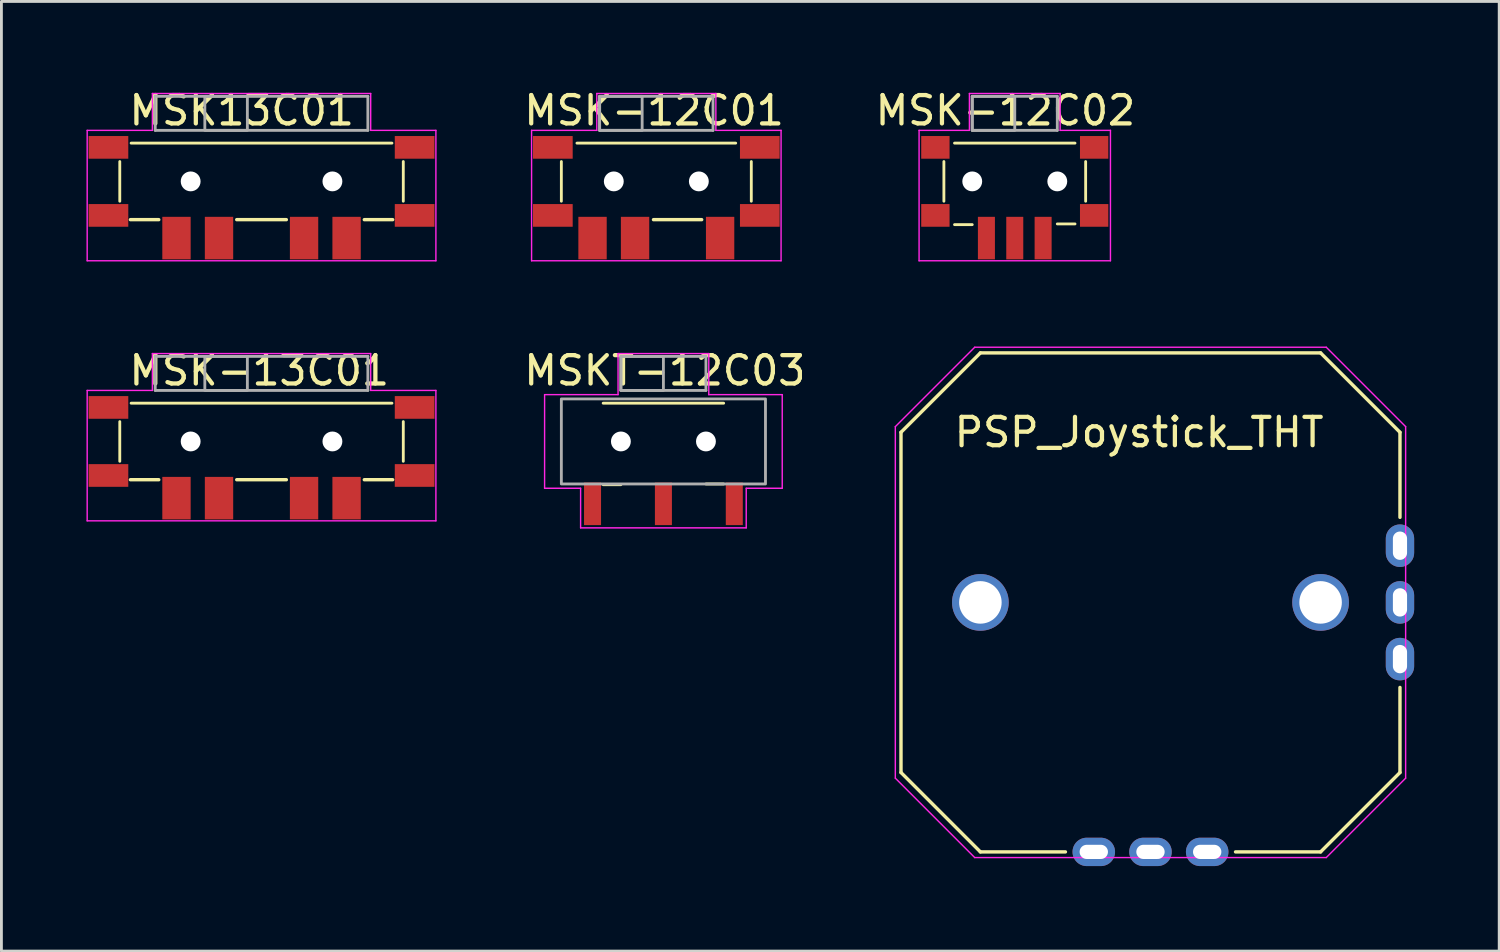
<source format=kicad_pcb>
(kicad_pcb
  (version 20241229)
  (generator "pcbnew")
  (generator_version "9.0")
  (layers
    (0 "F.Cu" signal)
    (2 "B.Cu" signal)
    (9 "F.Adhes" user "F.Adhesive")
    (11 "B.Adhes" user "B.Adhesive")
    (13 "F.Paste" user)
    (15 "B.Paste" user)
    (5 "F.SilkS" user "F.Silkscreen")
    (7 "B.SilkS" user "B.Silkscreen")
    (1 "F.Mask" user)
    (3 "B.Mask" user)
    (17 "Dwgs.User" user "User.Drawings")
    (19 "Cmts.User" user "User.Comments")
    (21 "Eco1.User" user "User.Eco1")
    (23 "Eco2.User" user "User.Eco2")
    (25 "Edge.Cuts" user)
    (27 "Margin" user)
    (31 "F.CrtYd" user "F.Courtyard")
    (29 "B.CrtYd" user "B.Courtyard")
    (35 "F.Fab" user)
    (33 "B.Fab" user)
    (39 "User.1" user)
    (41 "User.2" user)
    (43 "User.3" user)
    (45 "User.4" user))
  (footprint "MSK-13C01"
    (layer "F.Cu")
    (at 6.175 12.521)
    (property "Reference" "MSK-13C01" (at -4.75 -2.5 0) (layer "F.SilkS") (effects (font (size 1 1) (thickness 0.15)) (justify left)))
    (attr smd)
    (fp_line (start -5 -0.7) (end -5 0.7) (stroke (width 0.1) (type solid)) (layer "F.SilkS"))
    (fp_line (start -4.625 1.35) (end -3.625 1.35) (stroke (width 0.12) (type default)) (layer "F.SilkS"))
    (fp_line (start -4.6 -1.35) (end 4.6 -1.35) (stroke (width 0.1) (type solid)) (layer "F.SilkS"))
    (fp_line (start -0.875 1.35) (end 0.875 1.35) (stroke (width 0.12) (type default)) (layer "F.SilkS"))
    (fp_line (start 3.625 1.35) (end 4.625 1.35) (stroke (width 0.12) (type default)) (layer "F.SilkS"))
    (fp_line (start 5 -0.7) (end 5 0.7) (stroke (width 0.1) (type solid)) (layer "F.SilkS"))
    (fp_line (start -6.15 -1.8) (end -6.15 2.8) (stroke (width 0.05) (type default)) (layer "F.CrtYd"))
    (fp_line (start -6.15 -1.8) (end -3.85 -1.8) (stroke (width 0.05) (type default)) (layer "F.CrtYd"))
    (fp_line (start -6.15 2.8) (end 6.15 2.8) (stroke (width 0.05) (type default)) (layer "F.CrtYd"))
    (fp_line (start -3.85 -3.1) (end 3.85 -3.1) (stroke (width 0.05) (type default)) (layer "F.CrtYd"))
    (fp_line (start -3.85 -1.8) (end -3.85 -3.1) (stroke (width 0.05) (type default)) (layer "F.CrtYd"))
    (fp_line (start 3.85 -3.1) (end 3.85 -1.8) (stroke (width 0.05) (type default)) (layer "F.CrtYd"))
    (fp_line (start 3.85 -1.8) (end 6.15 -1.8) (stroke (width 0.05) (type default)) (layer "F.CrtYd"))
    (fp_line (start 6.15 2.8) (end 6.15 -1.8) (stroke (width 0.05) (type default)) (layer "F.CrtYd"))
    (fp_line (start -3.75 -3) (end -3.75 -1.8) (stroke (width 0.1) (type default)) (layer "F.Fab"))
    (fp_line (start -3.75 -3) (end 3.75 -3) (stroke (width 0.1) (type default)) (layer "F.Fab"))
    (fp_line (start -3.75 -1.8) (end 3.75 -1.8) (stroke (width 0.1) (type default)) (layer "F.Fab"))
    (fp_line (start 3.75 -1.8) (end 3.75 -3) (stroke (width 0.1) (type default)) (layer "F.Fab"))
    (fp_rect (start -2 -3) (end -0.5 -1.8) (stroke (width 0.1) (type solid)) (fill no) (layer "F.Fab"))
    (pad "" smd rect (at -5.4 -1.2) (size 1.4 0.8) (layers "F.Cu" "F.Mask" "F.Paste"))
    (pad "" smd rect (at -5.4 1.2) (size 1.4 0.8) (layers "F.Cu" "F.Mask" "F.Paste"))
    (pad "" np_thru_hole circle (at -2.5 0) (size 0.7 0.7) (drill 1) (layers "*.Cu" "*.Mask"))
    (pad "" np_thru_hole circle (at 2.5 0) (size 0.7 0.7) (drill 1) (layers "*.Cu" "*.Mask"))
    (pad "" smd rect (at 5.4 -1.2) (size 1.4 0.8) (layers "F.Cu" "F.Mask" "F.Paste"))
    (pad "" smd rect (at 5.4 1.2) (size 1.4 0.8) (layers "F.Cu" "F.Mask" "F.Paste"))
    (pad "1" smd rect (at -3 2) (size 1 1.5) (layers "F.Cu" "F.Mask" "F.Paste"))
    (pad "2" smd rect (at -1.5 2) (size 1 1.5) (layers "F.Cu" "F.Mask" "F.Paste"))
    (pad "3" smd rect (at 1.5 2) (size 1 1.5) (layers "F.Cu" "F.Mask" "F.Paste"))
    (pad "4" smd rect (at 3 2) (size 1 1.5) (layers "F.Cu" "F.Mask" "F.Paste")))
  (footprint "MSK-12C01"
    (layer "F.Cu")
    (at 20.1 3.348)
    (property "Reference" "MSK-12C01" (at -4.75 -2.5 0) (layer "F.SilkS") (effects (font (size 1 1) (thickness 0.15)) (justify left)))
    (attr smd)
    (fp_line (start -3.35 -0.7) (end -3.35 0.7) (stroke (width 0.1) (type solid)) (layer "F.SilkS"))
    (fp_line (start -2.8 -1.35) (end 2.8 -1.35) (stroke (width 0.1) (type solid)) (layer "F.SilkS"))
    (fp_line (start -0.1 1.35) (end 1.6 1.35) (stroke (width 0.12) (type default)) (layer "F.SilkS"))
    (fp_line (start 3.35 -0.7) (end 3.35 0.7) (stroke (width 0.1) (type solid)) (layer "F.SilkS"))
    (fp_line (start -4.4 -1.8) (end -4.4 2.8) (stroke (width 0.05) (type default)) (layer "F.CrtYd"))
    (fp_line (start -4.4 -1.8) (end -2.1 -1.8) (stroke (width 0.05) (type default)) (layer "F.CrtYd"))
    (fp_line (start -4.4 2.8) (end 4.4 2.8) (stroke (width 0.05) (type default)) (layer "F.CrtYd"))
    (fp_line (start -2.1 -3.1) (end 2.1 -3.1) (stroke (width 0.05) (type default)) (layer "F.CrtYd"))
    (fp_line (start -2.1 -1.8) (end -2.1 -3.1) (stroke (width 0.05) (type default)) (layer "F.CrtYd"))
    (fp_line (start 2.1 -3.1) (end 2.1 -1.8) (stroke (width 0.05) (type default)) (layer "F.CrtYd"))
    (fp_line (start 2.1 -1.8) (end 4.4 -1.8) (stroke (width 0.05) (type default)) (layer "F.CrtYd"))
    (fp_line (start 4.4 2.8) (end 4.4 -1.8) (stroke (width 0.05) (type default)) (layer "F.CrtYd"))
    (fp_line (start -2 -3) (end -2 -1.8) (stroke (width 0.1) (type default)) (layer "F.Fab"))
    (fp_line (start -2 -3) (end 2 -3) (stroke (width 0.1) (type default)) (layer "F.Fab"))
    (fp_line (start -2 -1.8) (end 2 -1.8) (stroke (width 0.1) (type default)) (layer "F.Fab"))
    (fp_line (start 2 -1.8) (end 2 -3) (stroke (width 0.1) (type default)) (layer "F.Fab"))
    (fp_rect (start -2 -3) (end -0.5 -1.8) (stroke (width 0.1) (type solid)) (fill no) (layer "F.Fab"))
    (pad "" smd rect (at -3.65 -1.2) (size 1.4 0.8) (layers "F.Cu" "F.Mask" "F.Paste"))
    (pad "" smd rect (at -3.65 1.2) (size 1.4 0.8) (layers "F.Cu" "F.Mask" "F.Paste"))
    (pad "" np_thru_hole circle (at -1.5 0) (size 0.7 0.7) (drill 1) (layers "*.Cu" "*.Mask"))
    (pad "" np_thru_hole circle (at 1.5 0) (size 0.7 0.7) (drill 1) (layers "*.Cu" "*.Mask"))
    (pad "" smd rect (at 3.65 -1.2) (size 1.4 0.8) (layers "F.Cu" "F.Mask" "F.Paste"))
    (pad "" smd rect (at 3.65 1.2) (size 1.4 0.8) (layers "F.Cu" "F.Mask" "F.Paste"))
    (pad "1" smd rect (at -2.25 2) (size 1 1.5) (layers "F.Cu" "F.Mask" "F.Paste"))
    (pad "2" smd rect (at -0.75 2) (size 1 1.5) (layers "F.Cu" "F.Mask" "F.Paste"))
    (pad "3" smd rect (at 2.25 2) (size 1 1.5) (layers "F.Cu" "F.Mask" "F.Paste")))
  (footprint "MSK13C01"
    (layer "F.Cu")
    (at 6.175 3.348)
    (property "Reference" "MSK13C01" (at -4.75 -2.5 0) (layer "F.SilkS") (effects (font (size 1 1) (thickness 0.15)) (justify left)))
    (attr smd)
    (fp_line (start -5 -0.7) (end -5 0.7) (stroke (width 0.1) (type solid)) (layer "F.SilkS"))
    (fp_line (start -4.625 1.35) (end -3.625 1.35) (stroke (width 0.12) (type default)) (layer "F.SilkS"))
    (fp_line (start -4.6 -1.35) (end 4.6 -1.35) (stroke (width 0.1) (type solid)) (layer "F.SilkS"))
    (fp_line (start -0.875 1.35) (end 0.875 1.35) (stroke (width 0.12) (type default)) (layer "F.SilkS"))
    (fp_line (start 3.625 1.35) (end 4.625 1.35) (stroke (width 0.12) (type default)) (layer "F.SilkS"))
    (fp_line (start 5 -0.7) (end 5 0.7) (stroke (width 0.1) (type solid)) (layer "F.SilkS"))
    (fp_line (start -6.15 -1.8) (end -6.15 2.8) (stroke (width 0.05) (type default)) (layer "F.CrtYd"))
    (fp_line (start -6.15 -1.8) (end -3.85 -1.8) (stroke (width 0.05) (type default)) (layer "F.CrtYd"))
    (fp_line (start -6.15 2.8) (end 6.15 2.8) (stroke (width 0.05) (type default)) (layer "F.CrtYd"))
    (fp_line (start -3.85 -3.1) (end 3.85 -3.1) (stroke (width 0.05) (type default)) (layer "F.CrtYd"))
    (fp_line (start -3.85 -1.8) (end -3.85 -3.1) (stroke (width 0.05) (type default)) (layer "F.CrtYd"))
    (fp_line (start 3.85 -3.1) (end 3.85 -1.8) (stroke (width 0.05) (type default)) (layer "F.CrtYd"))
    (fp_line (start 3.85 -1.8) (end 6.15 -1.8) (stroke (width 0.05) (type default)) (layer "F.CrtYd"))
    (fp_line (start 6.15 2.8) (end 6.15 -1.8) (stroke (width 0.05) (type default)) (layer "F.CrtYd"))
    (fp_line (start -3.75 -3) (end -3.75 -1.8) (stroke (width 0.1) (type default)) (layer "F.Fab"))
    (fp_line (start -3.75 -3) (end 3.75 -3) (stroke (width 0.1) (type default)) (layer "F.Fab"))
    (fp_line (start -3.75 -1.8) (end 3.75 -1.8) (stroke (width 0.1) (type default)) (layer "F.Fab"))
    (fp_line (start 3.75 -1.8) (end 3.75 -3) (stroke (width 0.1) (type default)) (layer "F.Fab"))
    (fp_rect (start -2 -3) (end -0.5 -1.8) (stroke (width 0.1) (type solid)) (fill no) (layer "F.Fab"))
    (pad "" smd rect (at -5.4 -1.2) (size 1.4 0.8) (layers "F.Cu" "F.Mask" "F.Paste"))
    (pad "" smd rect (at -5.4 1.2) (size 1.4 0.8) (layers "F.Cu" "F.Mask" "F.Paste"))
    (pad "" np_thru_hole circle (at -2.5 0) (size 0.7 0.7) (drill 1) (layers "*.Cu" "*.Mask"))
    (pad "" np_thru_hole circle (at 2.5 0) (size 0.7 0.7) (drill 1) (layers "*.Cu" "*.Mask"))
    (pad "" smd rect (at 5.4 -1.2) (size 1.4 0.8) (layers "F.Cu" "F.Mask" "F.Paste"))
    (pad "" smd rect (at 5.4 1.2) (size 1.4 0.8) (layers "F.Cu" "F.Mask" "F.Paste"))
    (pad "1" smd rect (at -3 2) (size 1 1.5) (layers "F.Cu" "F.Mask" "F.Paste"))
    (pad "2" smd rect (at -1.5 2) (size 1 1.5) (layers "F.Cu" "F.Mask" "F.Paste"))
    (pad "3" smd rect (at 1.5 2) (size 1 1.5) (layers "F.Cu" "F.Mask" "F.Paste"))
    (pad "4" smd rect (at 3 2) (size 1 1.5) (layers "F.Cu" "F.Mask" "F.Paste")))
  (footprint "PSP_Joystick_THT"
    (layer "F.Cu")
    (at 37.53 18.198)
    (property "Reference" "PSP_Joystick_THT" (at -7 -6 0) (layer "F.SilkS") (effects (font (size 1 1) (thickness 0.15)) (justify left)))
    (attr through_hole)
    (fp_line (start -8.8 -6) (end -6 -8.8) (stroke (width 0.12) (type default)) (layer "F.SilkS"))
    (fp_line (start -8.8 6) (end -8.8 -6) (stroke (width 0.12) (type default)) (layer "F.SilkS"))
    (fp_line (start -6 -8.8) (end 6 -8.8) (stroke (width 0.12) (type default)) (layer "F.SilkS"))
    (fp_line (start -6 8.8) (end -8.8 6) (stroke (width 0.12) (type default)) (layer "F.SilkS"))
    (fp_line (start -6 8.8) (end -3 8.8) (stroke (width 0.12) (type default)) (layer "F.SilkS"))
    (fp_line (start 3 8.8) (end 6 8.8) (stroke (width 0.12) (type default)) (layer "F.SilkS"))
    (fp_line (start 6 -8.8) (end 8.8 -6) (stroke (width 0.12) (type default)) (layer "F.SilkS"))
    (fp_line (start 8.8 -6) (end 8.8 -3) (stroke (width 0.12) (type default)) (layer "F.SilkS"))
    (fp_line (start 8.8 3) (end 8.8 6) (stroke (width 0.12) (type default)) (layer "F.SilkS"))
    (fp_line (start 8.8 6) (end 6 8.8) (stroke (width 0.12) (type default)) (layer "F.SilkS"))
    (fp_line (start -2 6) (end -1.5 6) (stroke (width 0.12) (type default)) (layer "Eco1.User"))
    (fp_line (start -2 7.5) (end -2 6) (stroke (width 0.12) (type default)) (layer "Eco1.User"))
    (fp_line (start -1.5 5.5) (end 1.5 5.5) (stroke (width 0.12) (type default)) (layer "Eco1.User"))
    (fp_line (start -1.5 6.5) (end -1.5 5.5) (stroke (width 0.12) (type default)) (layer "Eco1.User"))
    (fp_line (start -0.25 6.75) (end 0.25 6.75) (stroke (width 0.12) (type default)) (layer "Eco1.User"))
    (fp_line (start 0 6.5) (end -0.25 6.75) (stroke (width 0.12) (type default)) (layer "Eco1.User"))
    (fp_line (start 0 7.5) (end 0 6.5) (stroke (width 0.12) (type default)) (layer "Eco1.User"))
    (fp_line (start 0.25 6.75) (end 0 6.5) (stroke (width 0.12) (type default)) (layer "Eco1.User"))
    (fp_line (start 1.5 5.5) (end 1.5 6.5) (stroke (width 0.12) (type default)) (layer "Eco1.User"))
    (fp_line (start 1.5 6.5) (end -1.5 6.5) (stroke (width 0.12) (type default)) (layer "Eco1.User"))
    (fp_line (start 2 6) (end 1.5 6) (stroke (width 0.12) (type default)) (layer "Eco1.User"))
    (fp_line (start 2 7.5) (end 2 6) (stroke (width 0.12) (type default)) (layer "Eco1.User"))
    (fp_line (start 5.5 -1.5) (end 6.5 -1.5) (stroke (width 0.12) (type default)) (layer "Eco1.User"))
    (fp_line (start 5.5 1.5) (end 5.5 -1.5) (stroke (width 0.12) (type default)) (layer "Eco1.User"))
    (fp_line (start 6 -2) (end 6 -1.5) (stroke (width 0.12) (type default)) (layer "Eco1.User"))
    (fp_line (start 6 2) (end 6 1.5) (stroke (width 0.12) (type default)) (layer "Eco1.User"))
    (fp_line (start 6.5 -1.5) (end 6.5 1.5) (stroke (width 0.12) (type default)) (layer "Eco1.User"))
    (fp_line (start 6.5 0) (end 6.75 0.25) (stroke (width 0.12) (type default)) (layer "Eco1.User"))
    (fp_line (start 6.5 1.5) (end 5.5 1.5) (stroke (width 0.12) (type default)) (layer "Eco1.User"))
    (fp_line (start 6.75 -0.25) (end 6.5 0) (stroke (width 0.12) (type default)) (layer "Eco1.User"))
    (fp_line (start 6.75 0.25) (end 6.75 -0.25) (stroke (width 0.12) (type default)) (layer "Eco1.User"))
    (fp_line (start 7.5 -2) (end 6 -2) (stroke (width 0.12) (type default)) (layer "Eco1.User"))
    (fp_line (start 7.5 0) (end 6.5 0) (stroke (width 0.12) (type default)) (layer "Eco1.User"))
    (fp_line (start 7.5 2) (end 6 2) (stroke (width 0.12) (type default)) (layer "Eco1.User"))
    (fp_line (start -9 -6.2) (end -6.2 -9) (stroke (width 0.05) (type default)) (layer "F.CrtYd"))
    (fp_line (start -9 6.2) (end -9 -6.2) (stroke (width 0.05) (type default)) (layer "F.CrtYd"))
    (fp_line (start -6.2 -9) (end 6.2 -9) (stroke (width 0.05) (type default)) (layer "F.CrtYd"))
    (fp_line (start -6.2 9) (end -9 6.2) (stroke (width 0.05) (type default)) (layer "F.CrtYd"))
    (fp_line (start 6.2 -9) (end 9 -6.2) (stroke (width 0.05) (type default)) (layer "F.CrtYd"))
    (fp_line (start 6.2 9) (end -6.2 9) (stroke (width 0.05) (type default)) (layer "F.CrtYd"))
    (fp_line (start 9 -6.2) (end 9 6.2) (stroke (width 0.05) (type default)) (layer "F.CrtYd"))
    (fp_line (start 9 6.2) (end 6.2 9) (stroke (width 0.05) (type default)) (layer "F.CrtYd"))
    (pad "" np_thru_hole circle (at -6 0 90) (size 2 2) (drill 1.5) (layers "*.Cu" "*.Mask"))
    (pad "" np_thru_hole circle (at 6 0 90) (size 2 2) (drill 1.5) (layers "*.Cu" "*.Mask"))
    (pad "1" thru_hole oval (at 8.8 -2 90) (size 1.5 1) (drill oval 1 0.5) (layers "*.Cu" "*.Mask"))
    (pad "2" thru_hole oval (at 8.8 0 90) (size 1.5 1) (drill oval 1 0.5) (layers "*.Cu" "*.Mask"))
    (pad "3" thru_hole oval (at 8.8 2 90) (size 1.5 1) (drill oval 1 0.5) (layers "*.Cu" "*.Mask"))
    (pad "4" thru_hole oval (at 2 8.8 180) (size 1.5 1) (drill oval 1 0.5) (layers "*.Cu" "*.Mask"))
    (pad "5" thru_hole oval (at 0 8.8 180) (size 1.5 1) (drill oval 1 0.5) (layers "*.Cu" "*.Mask"))
    (pad "6" thru_hole oval (at -2 8.8 180) (size 1.5 1) (drill oval 1 0.5) (layers "*.Cu" "*.Mask")))
  (footprint "MSKT-12C03"
    (layer "F.Cu")
    (at 20.35 12.521)
    (property "Reference" "MSKT-12C03" (at -5 -2.5 0) (layer "F.SilkS") (effects (font (size 1 1) (thickness 0.15)) (justify left)))
    (attr smd)
    (fp_line (start -2.125 -1.35) (end 2.125 -1.35) (stroke (width 0.1) (type solid)) (layer "F.SilkS"))
    (fp_line (start -2.125 1.525) (end -1.5 1.525) (stroke (width 0.1) (type default)) (layer "F.SilkS"))
    (fp_line (start 1.5 1.5) (end 2.125 1.5) (stroke (width 0.1) (type default)) (layer "F.SilkS"))
    (fp_line (start -4.191 -1.651) (end -4.191 1.651) (stroke (width 0.05) (type default)) (layer "F.CrtYd"))
    (fp_line (start -4.191 -1.651) (end -1.6 -1.651) (stroke (width 0.05) (type default)) (layer "F.CrtYd"))
    (fp_line (start -4.191 1.651) (end -2.921 1.651) (stroke (width 0.05) (type default)) (layer "F.CrtYd"))
    (fp_line (start -2.921 1.651) (end -2.921 3.048) (stroke (width 0.05) (type default)) (layer "F.CrtYd"))
    (fp_line (start -2.921 3.048) (end 2.921 3.048) (stroke (width 0.05) (type default)) (layer "F.CrtYd"))
    (fp_line (start -1.6 -3.1) (end 1.6 -3.1) (stroke (width 0.05) (type default)) (layer "F.CrtYd"))
    (fp_line (start -1.6 -1.651) (end -1.6 -3.1) (stroke (width 0.05) (type default)) (layer "F.CrtYd"))
    (fp_line (start 1.6 -3.1) (end 1.6 -1.651) (stroke (width 0.05) (type default)) (layer "F.CrtYd"))
    (fp_line (start 1.6 -1.651) (end 4.191 -1.651) (stroke (width 0.05) (type default)) (layer "F.CrtYd"))
    (fp_line (start 2.921 1.651) (end 2.921 3.048) (stroke (width 0.05) (type default)) (layer "F.CrtYd"))
    (fp_line (start 4.191 -1.651) (end 4.191 1.651) (stroke (width 0.05) (type default)) (layer "F.CrtYd"))
    (fp_line (start 4.191 1.651) (end 2.921 1.651) (stroke (width 0.05) (type default)) (layer "F.CrtYd"))
    (fp_line (start -1.5 -3) (end -1.5 -1.8) (stroke (width 0.1) (type default)) (layer "F.Fab"))
    (fp_line (start -1.5 -3) (end 1.5 -3) (stroke (width 0.1) (type default)) (layer "F.Fab"))
    (fp_line (start -1.5 -1.8) (end 1.5 -1.8) (stroke (width 0.1) (type default)) (layer "F.Fab"))
    (fp_line (start 1.5 -1.8) (end 1.5 -3) (stroke (width 0.1) (type default)) (layer "F.Fab"))
    (fp_rect (start -3.6 -1.5) (end 3.6 1.5) (stroke (width 0.1) (type solid)) (fill no) (layer "F.Fab"))
    (fp_rect (start -1.5 -3) (end 0 -1.8) (stroke (width 0.1) (type solid)) (fill no) (layer "F.Fab"))
    (pad "" np_thru_hole circle (at -1.5 0) (size 0.7 0.7) (drill 1) (layers "*.Cu" "*.Mask"))
    (pad "" np_thru_hole circle (at 1.5 0) (size 0.7 0.7) (drill 1) (layers "*.Cu" "*.Mask"))
    (pad "1" smd rect (at -2.5 2.2) (size 0.6 1.5) (layers "F.Cu" "F.Mask" "F.Paste"))
    (pad "2" smd rect (at 0 2.2) (size 0.6 1.5) (layers "F.Cu" "F.Mask" "F.Paste"))
    (pad "3" smd rect (at 2.5 2.2) (size 0.6 1.5) (layers "F.Cu" "F.Mask" "F.Paste")))
  (footprint "MSK-12C02"
    (layer "F.Cu")
    (at 32.743 3.348)
    (property "Reference" "MSK-12C02" (at -5 -2.5 0) (layer "F.SilkS") (effects (font (size 1 1) (thickness 0.15)) (justify left)))
    (attr smd)
    (fp_line (start -2.5 -0.7) (end -2.5 0.7) (stroke (width 0.1) (type solid)) (layer "F.SilkS"))
    (fp_line (start -2.125 -1.35) (end 2.125 -1.35) (stroke (width 0.1) (type solid)) (layer "F.SilkS"))
    (fp_line (start -2.125 1.525) (end -1.5 1.525) (stroke (width 0.1) (type default)) (layer "F.SilkS"))
    (fp_line (start 1.5 1.5) (end 2.125 1.5) (stroke (width 0.1) (type default)) (layer "F.SilkS"))
    (fp_line (start 2.5 -0.7) (end 2.5 0.7) (stroke (width 0.1) (type solid)) (layer "F.SilkS"))
    (fp_line (start -3.375 -1.8) (end -3.375 2.8) (stroke (width 0.05) (type default)) (layer "F.CrtYd"))
    (fp_line (start -3.375 -1.8) (end -1.6 -1.8) (stroke (width 0.05) (type default)) (layer "F.CrtYd"))
    (fp_line (start -3.375 2.8) (end 3.375 2.8) (stroke (width 0.05) (type default)) (layer "F.CrtYd"))
    (fp_line (start -1.6 -3.1) (end 1.6 -3.1) (stroke (width 0.05) (type default)) (layer "F.CrtYd"))
    (fp_line (start -1.6 -1.8) (end -1.6 -3.1) (stroke (width 0.05) (type default)) (layer "F.CrtYd"))
    (fp_line (start 1.6 -3.1) (end 1.6 -1.8) (stroke (width 0.05) (type default)) (layer "F.CrtYd"))
    (fp_line (start 1.6 -1.8) (end 3.375 -1.8) (stroke (width 0.05) (type default)) (layer "F.CrtYd"))
    (fp_line (start 3.375 2.8) (end 3.375 -1.8) (stroke (width 0.05) (type default)) (layer "F.CrtYd"))
    (fp_line (start -1.5 -3) (end -1.5 -1.8) (stroke (width 0.1) (type default)) (layer "F.Fab"))
    (fp_line (start -1.5 -3) (end 1.5 -3) (stroke (width 0.1) (type default)) (layer "F.Fab"))
    (fp_line (start -1.5 -1.8) (end 1.5 -1.8) (stroke (width 0.1) (type default)) (layer "F.Fab"))
    (fp_line (start 1.5 -1.8) (end 1.5 -3) (stroke (width 0.1) (type default)) (layer "F.Fab"))
    (fp_rect (start -1.5 -3) (end 0 -1.8) (stroke (width 0.1) (type solid)) (fill no) (layer "F.Fab"))
    (pad "" smd rect (at -2.8 -1.2) (size 1 0.8) (layers "F.Cu" "F.Mask" "F.Paste"))
    (pad "" smd rect (at -2.8 1.2) (size 1 0.8) (layers "F.Cu" "F.Mask" "F.Paste"))
    (pad "" np_thru_hole circle (at -1.5 0) (size 0.7 0.7) (drill 1) (layers "*.Cu" "*.Mask"))
    (pad "" np_thru_hole circle (at 1.5 0) (size 0.7 0.7) (drill 1) (layers "*.Cu" "*.Mask"))
    (pad "" smd rect (at 2.8 -1.2) (size 1 0.8) (layers "F.Cu" "F.Mask" "F.Paste"))
    (pad "" smd rect (at 2.8 1.2) (size 1 0.8) (layers "F.Cu" "F.Mask" "F.Paste"))
    (pad "1" smd rect (at -1 2) (size 0.6 1.5) (layers "F.Cu" "F.Mask" "F.Paste"))
    (pad "2" smd rect (at 0 2) (size 0.6 1.5) (layers "F.Cu" "F.Mask" "F.Paste"))
    (pad "3" smd rect (at 1 2) (size 0.6 1.5) (layers "F.Cu" "F.Mask" "F.Paste")))
  (gr_rect
    (start -3 -3)
    (end 49.83 30.498)
    (stroke (width 0.1) (type default))
    (fill no)
    (layer "Edge.Cuts")))
</source>
